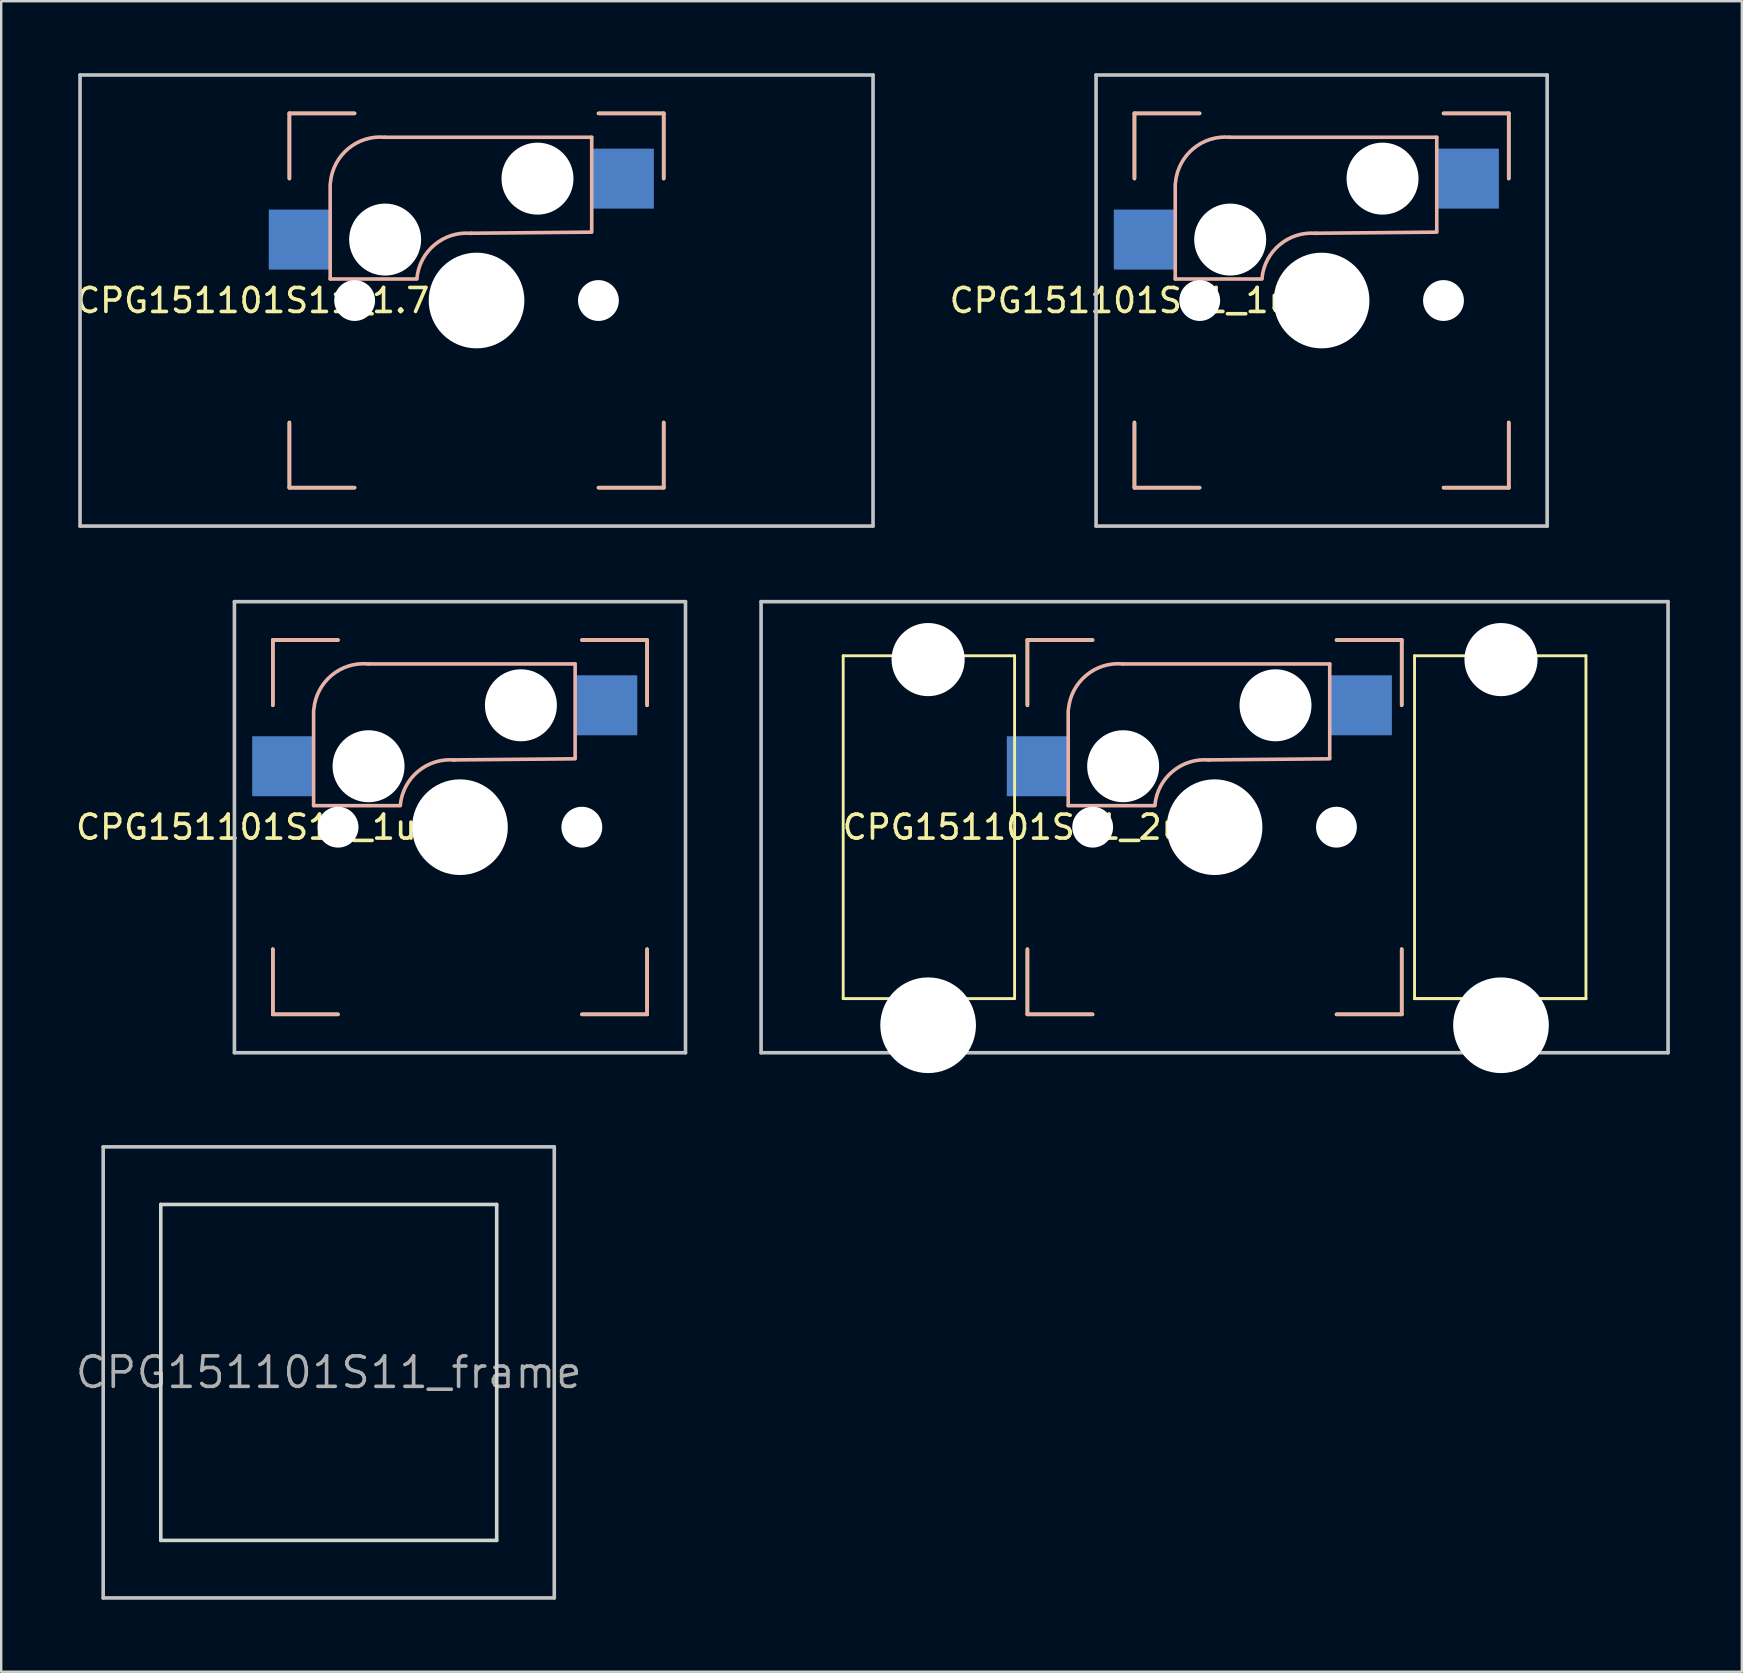
<source format=kicad_pcb>
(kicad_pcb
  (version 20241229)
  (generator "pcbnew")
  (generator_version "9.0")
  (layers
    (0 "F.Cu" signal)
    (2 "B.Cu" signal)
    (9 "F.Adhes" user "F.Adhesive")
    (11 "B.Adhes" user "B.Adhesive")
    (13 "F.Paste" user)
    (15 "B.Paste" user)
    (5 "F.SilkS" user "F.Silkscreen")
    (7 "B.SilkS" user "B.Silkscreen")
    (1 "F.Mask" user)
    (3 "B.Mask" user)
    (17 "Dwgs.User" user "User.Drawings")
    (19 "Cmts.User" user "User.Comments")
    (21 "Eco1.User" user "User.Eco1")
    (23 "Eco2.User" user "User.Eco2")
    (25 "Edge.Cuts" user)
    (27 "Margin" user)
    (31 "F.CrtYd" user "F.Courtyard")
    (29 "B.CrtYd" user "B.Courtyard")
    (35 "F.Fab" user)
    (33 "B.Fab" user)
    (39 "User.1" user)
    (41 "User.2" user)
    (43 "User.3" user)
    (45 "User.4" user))
  (footprint "CPG151101S11_2u"
    (layer "F.Cu")
    (at 47.57 31.425)
    (property "Reference" "CPG151101S11_2u" (at -8.4 0 180) (layer "F.SilkS") (effects (font (size 1 1) (thickness 0.15))))
    (attr through_hole)
    (fp_line (start -15.478 -7.144) (end -15.478 7.144) (stroke (width 0.12) (type solid)) (layer "F.SilkS"))
    (fp_line (start -15.478 7.144) (end -8.334 7.144) (stroke (width 0.12) (type solid)) (layer "F.SilkS"))
    (fp_line (start -8.334 -7.144) (end -15.478 -7.144) (stroke (width 0.12) (type solid)) (layer "F.SilkS"))
    (fp_line (start -8.334 7.144) (end -8.334 -7.144) (stroke (width 0.12) (type solid)) (layer "F.SilkS"))
    (fp_line (start -7.8 -7.8) (end -5.08 -7.8) (stroke (width 0.15) (type solid)) (layer "F.SilkS"))
    (fp_line (start -7.8 -5.08) (end -7.8 -7.8) (stroke (width 0.15) (type solid)) (layer "F.SilkS"))
    (fp_line (start -7.8 5.08) (end -7.8 7.8) (stroke (width 0.15) (type solid)) (layer "F.SilkS"))
    (fp_line (start -7.8 7.8) (end -5.08 7.8) (stroke (width 0.15) (type solid)) (layer "F.SilkS"))
    (fp_line (start 5.08 7.8) (end 7.8 7.8) (stroke (width 0.15) (type solid)) (layer "F.SilkS"))
    (fp_line (start 7.8 -7.8) (end 5.08 -7.8) (stroke (width 0.15) (type solid)) (layer "F.SilkS"))
    (fp_line (start 7.8 -5.08) (end 7.8 -7.8) (stroke (width 0.15) (type solid)) (layer "F.SilkS"))
    (fp_line (start 7.8 7.8) (end 7.8 5.08) (stroke (width 0.15) (type solid)) (layer "F.SilkS"))
    (fp_line (start 8.334 -7.144) (end 15.478 -7.144) (stroke (width 0.12) (type solid)) (layer "F.SilkS"))
    (fp_line (start 8.334 7.144) (end 8.334 -7.144) (stroke (width 0.12) (type solid)) (layer "F.SilkS"))
    (fp_line (start 8.334 7.144) (end 15.478 7.144) (stroke (width 0.12) (type solid)) (layer "F.SilkS"))
    (fp_line (start 15.478 -7.144) (end 15.478 7.144) (stroke (width 0.12) (type solid)) (layer "F.SilkS"))
    (fp_line (start 15.478 7.144) (end 8.334 7.144) (stroke (width 0.12) (type solid)) (layer "F.SilkS"))
    (fp_line (start -7.8 -7.8) (end -5.1 -7.8) (stroke (width 0.15) (type solid)) (layer "B.SilkS"))
    (fp_line (start -7.8 -5.1) (end -7.8 -7.8) (stroke (width 0.15) (type solid)) (layer "B.SilkS"))
    (fp_line (start -7.8 7.8) (end -7.8 5.1) (stroke (width 0.15) (type solid)) (layer "B.SilkS"))
    (fp_line (start -6.1 -4.85) (end -6.1 -0.905) (stroke (width 0.15) (type solid)) (layer "B.SilkS"))
    (fp_line (start -6.1 -0.896) (end -2.49 -0.896) (stroke (width 0.15) (type solid)) (layer "B.SilkS"))
    (fp_line (start -5.1 7.8) (end -7.8 7.8) (stroke (width 0.15) (type solid)) (layer "B.SilkS"))
    (fp_line (start 4.8 -6.804) (end -3.825 -6.804) (stroke (width 0.15) (type solid)) (layer "B.SilkS"))
    (fp_line (start 4.8 -2.896) (end 4.8 -6.804) (stroke (width 0.15) (type solid)) (layer "B.SilkS"))
    (fp_line (start 4.8 -2.85) (end -0.25 -2.804) (stroke (width 0.15) (type solid)) (layer "B.SilkS"))
    (fp_line (start 5.1 -7.8) (end 7.8 -7.8) (stroke (width 0.15) (type solid)) (layer "B.SilkS"))
    (fp_line (start 7.8 -7.8) (end 7.8 -5.1) (stroke (width 0.15) (type solid)) (layer "B.SilkS"))
    (fp_line (start 7.8 5.1) (end 7.8 7.8) (stroke (width 0.15) (type solid)) (layer "B.SilkS"))
    (fp_line (start 7.8 7.8) (end 5.1 7.8) (stroke (width 0.15) (type solid)) (layer "B.SilkS"))
    (fp_arc (start -6.089 -4.92) (mid -5.347189 -6.33089) (end -3.825 -6.804) (stroke (width 0.15) (type solid)) (layer "B.SilkS"))
    (fp_arc (start -2.484999 -0.920001) (mid -1.74436 -2.328062) (end -0.225 -2.8) (stroke (width 0.15) (type solid)) (layer "B.SilkS"))
    (fp_line (start -18.9 -9.4) (end 18.9 -9.4) (stroke (width 0.15) (type solid)) (layer "Dwgs.User"))
    (fp_line (start -18.9 9.4) (end -18.9 -9.4) (stroke (width 0.15) (type solid)) (layer "Dwgs.User"))
    (fp_line (start 18.9 -9.4) (end 18.9 9.4) (stroke (width 0.15) (type solid)) (layer "Dwgs.User"))
    (fp_line (start 18.9 9.4) (end -18.9 9.4) (stroke (width 0.15) (type solid)) (layer "Dwgs.User"))
    (fp_line (start -7 7) (end -7 -7) (stroke (width 0.15) (type solid)) (layer "Eco2.User"))
    (fp_line (start -7 7) (end 7 7) (stroke (width 0.15) (type solid)) (layer "Eco2.User"))
    (fp_line (start 7 -7) (end -7 -7) (stroke (width 0.15) (type solid)) (layer "Eco2.User"))
    (fp_line (start 7 -7) (end 7 7) (stroke (width 0.15) (type solid)) (layer "Eco2.User"))
    (pad "" np_thru_hole circle (at -11.938 -6.985) (size 3.048 3.048) (drill 3.048) (layers "*.Cu" "*.Mask"))
    (pad "" np_thru_hole circle (at -11.938 8.255) (size 3.988 3.988) (drill 3.988) (layers "*.Cu" "*.Mask"))
    (pad "" np_thru_hole circle (at -5.08 0) (size 1.702 1.702) (drill 1.702) (layers "*.Cu" "*.Mask"))
    (pad "" np_thru_hole circle (at -3.81 -2.54) (size 3 3) (drill 3) (layers "*.Cu" "*.Mask"))
    (pad "" np_thru_hole circle (at 0 0) (size 3.988 3.988) (drill 3.988) (layers "*.Cu" "*.Mask"))
    (pad "" np_thru_hole circle (at 2.54 -5.08) (size 3 3) (drill 3) (layers "*.Cu" "*.Mask"))
    (pad "" np_thru_hole circle (at 5.08 0) (size 1.702 1.702) (drill 1.702) (layers "*.Cu" "*.Mask"))
    (pad "" np_thru_hole circle (at 11.938 -6.985) (size 3.048 3.048) (drill 3.048) (layers "*.Cu" "*.Mask"))
    (pad "" np_thru_hole circle (at 11.938 8.255) (size 3.988 3.988) (drill 3.988) (layers "*.Cu" "*.Mask"))
    (pad "1" smd rect (at -7.385 -2.54) (size 2.55 2.5) (layers "B.Cu" "B.Mask" "B.Paste"))
    (pad "2" smd rect (at 6.115 -5.08 180) (size 2.55 2.5) (layers "B.Cu" "B.Mask" "B.Paste")))
  (footprint "CPG151101S11_1u"
    (layer "F.Cu")
    (at 52.031 9.475)
    (property "Reference" "CPG151101S11_1u" (at -8.4 0 180) (layer "F.SilkS") (effects (font (size 1 1) (thickness 0.15))))
    (attr through_hole)
    (fp_line (start -7.8 -7.8) (end -5.08 -7.8) (stroke (width 0.15) (type solid)) (layer "F.SilkS"))
    (fp_line (start -7.8 -5.08) (end -7.8 -7.8) (stroke (width 0.15) (type solid)) (layer "F.SilkS"))
    (fp_line (start -7.8 5.08) (end -7.8 7.8) (stroke (width 0.15) (type solid)) (layer "F.SilkS"))
    (fp_line (start -7.8 7.8) (end -5.08 7.8) (stroke (width 0.15) (type solid)) (layer "F.SilkS"))
    (fp_line (start 5.08 7.8) (end 7.8 7.8) (stroke (width 0.15) (type solid)) (layer "F.SilkS"))
    (fp_line (start 7.8 -7.8) (end 5.08 -7.8) (stroke (width 0.15) (type solid)) (layer "F.SilkS"))
    (fp_line (start 7.8 -5.08) (end 7.8 -7.8) (stroke (width 0.15) (type solid)) (layer "F.SilkS"))
    (fp_line (start 7.8 7.8) (end 7.8 5.08) (stroke (width 0.15) (type solid)) (layer "F.SilkS"))
    (fp_line (start -7.8 -7.8) (end -5.1 -7.8) (stroke (width 0.15) (type solid)) (layer "B.SilkS"))
    (fp_line (start -7.8 -5.1) (end -7.8 -7.8) (stroke (width 0.15) (type solid)) (layer "B.SilkS"))
    (fp_line (start -7.8 7.8) (end -7.8 5.1) (stroke (width 0.15) (type solid)) (layer "B.SilkS"))
    (fp_line (start -6.1 -4.85) (end -6.1 -0.905) (stroke (width 0.15) (type solid)) (layer "B.SilkS"))
    (fp_line (start -6.1 -0.896) (end -2.49 -0.896) (stroke (width 0.15) (type solid)) (layer "B.SilkS"))
    (fp_line (start -5.1 7.8) (end -7.8 7.8) (stroke (width 0.15) (type solid)) (layer "B.SilkS"))
    (fp_line (start 4.8 -6.804) (end -3.825 -6.804) (stroke (width 0.15) (type solid)) (layer "B.SilkS"))
    (fp_line (start 4.8 -2.896) (end 4.8 -6.804) (stroke (width 0.15) (type solid)) (layer "B.SilkS"))
    (fp_line (start 4.8 -2.85) (end -0.25 -2.804) (stroke (width 0.15) (type solid)) (layer "B.SilkS"))
    (fp_line (start 5.1 -7.8) (end 7.8 -7.8) (stroke (width 0.15) (type solid)) (layer "B.SilkS"))
    (fp_line (start 7.8 -7.8) (end 7.8 -5.1) (stroke (width 0.15) (type solid)) (layer "B.SilkS"))
    (fp_line (start 7.8 5.1) (end 7.8 7.8) (stroke (width 0.15) (type solid)) (layer "B.SilkS"))
    (fp_line (start 7.8 7.8) (end 5.1 7.8) (stroke (width 0.15) (type solid)) (layer "B.SilkS"))
    (fp_arc (start -6.089 -4.92) (mid -5.347189 -6.33089) (end -3.825 -6.804) (stroke (width 0.15) (type solid)) (layer "B.SilkS"))
    (fp_arc (start -2.484999 -0.920001) (mid -1.74436 -2.328062) (end -0.225 -2.8) (stroke (width 0.15) (type solid)) (layer "B.SilkS"))
    (fp_line (start -9.4 -9.4) (end 9.4 -9.4) (stroke (width 0.15) (type solid)) (layer "Dwgs.User"))
    (fp_line (start -9.4 9.4) (end -9.4 -9.4) (stroke (width 0.15) (type solid)) (layer "Dwgs.User"))
    (fp_line (start 9.4 -9.4) (end 9.4 9.4) (stroke (width 0.15) (type solid)) (layer "Dwgs.User"))
    (fp_line (start 9.4 9.4) (end -9.4 9.4) (stroke (width 0.15) (type solid)) (layer "Dwgs.User"))
    (fp_line (start -7 7) (end -7 -7) (stroke (width 0.15) (type solid)) (layer "Eco2.User"))
    (fp_line (start -7 7) (end 7 7) (stroke (width 0.15) (type solid)) (layer "Eco2.User"))
    (fp_line (start 7 -7) (end -7 -7) (stroke (width 0.15) (type solid)) (layer "Eco2.User"))
    (fp_line (start 7 -7) (end 7 7) (stroke (width 0.15) (type solid)) (layer "Eco2.User"))
    (pad "" np_thru_hole circle (at -5.08 0) (size 1.702 1.702) (drill 1.702) (layers "*.Cu" "*.Mask"))
    (pad "" np_thru_hole circle (at -3.81 -2.54) (size 3 3) (drill 3) (layers "*.Cu" "*.Mask"))
    (pad "" np_thru_hole circle (at 0 0) (size 3.988 3.988) (drill 3.988) (layers "*.Cu" "*.Mask"))
    (pad "" np_thru_hole circle (at 2.54 -5.08) (size 3 3) (drill 3) (layers "*.Cu" "*.Mask"))
    (pad "" np_thru_hole circle (at 5.08 0) (size 1.702 1.702) (drill 1.702) (layers "*.Cu" "*.Mask"))
    (pad "1" smd rect (at -7.385 -2.54) (size 2.55 2.5) (layers "B.Cu" "B.Mask" "B.Paste"))
    (pad "2" smd rect (at 6.115 -5.08 180) (size 2.55 2.5) (layers "B.Cu" "B.Mask" "B.Paste")))
  (footprint "CPG151101S11_1.75u"
    (layer "F.Cu")
    (at 16.811 9.475)
    (property "Reference" "CPG151101S11_1.75u" (at -8.4 0 180) (layer "F.SilkS") (effects (font (size 1 1) (thickness 0.15))))
    (attr through_hole)
    (fp_line (start -7.8 -7.8) (end -5.08 -7.8) (stroke (width 0.15) (type solid)) (layer "F.SilkS"))
    (fp_line (start -7.8 -5.08) (end -7.8 -7.8) (stroke (width 0.15) (type solid)) (layer "F.SilkS"))
    (fp_line (start -7.8 5.08) (end -7.8 7.8) (stroke (width 0.15) (type solid)) (layer "F.SilkS"))
    (fp_line (start -7.8 7.8) (end -5.08 7.8) (stroke (width 0.15) (type solid)) (layer "F.SilkS"))
    (fp_line (start 5.08 7.8) (end 7.8 7.8) (stroke (width 0.15) (type solid)) (layer "F.SilkS"))
    (fp_line (start 7.8 -7.8) (end 5.08 -7.8) (stroke (width 0.15) (type solid)) (layer "F.SilkS"))
    (fp_line (start 7.8 -5.08) (end 7.8 -7.8) (stroke (width 0.15) (type solid)) (layer "F.SilkS"))
    (fp_line (start 7.8 7.8) (end 7.8 5.08) (stroke (width 0.15) (type solid)) (layer "F.SilkS"))
    (fp_line (start -7.8 -7.8) (end -5.1 -7.8) (stroke (width 0.15) (type solid)) (layer "B.SilkS"))
    (fp_line (start -7.8 -5.1) (end -7.8 -7.8) (stroke (width 0.15) (type solid)) (layer "B.SilkS"))
    (fp_line (start -7.8 7.8) (end -7.8 5.1) (stroke (width 0.15) (type solid)) (layer "B.SilkS"))
    (fp_line (start -6.1 -4.85) (end -6.1 -0.905) (stroke (width 0.15) (type solid)) (layer "B.SilkS"))
    (fp_line (start -6.1 -0.896) (end -2.49 -0.896) (stroke (width 0.15) (type solid)) (layer "B.SilkS"))
    (fp_line (start -5.1 7.8) (end -7.8 7.8) (stroke (width 0.15) (type solid)) (layer "B.SilkS"))
    (fp_line (start 4.8 -6.804) (end -3.825 -6.804) (stroke (width 0.15) (type solid)) (layer "B.SilkS"))
    (fp_line (start 4.8 -2.896) (end 4.8 -6.804) (stroke (width 0.15) (type solid)) (layer "B.SilkS"))
    (fp_line (start 4.8 -2.85) (end -0.25 -2.804) (stroke (width 0.15) (type solid)) (layer "B.SilkS"))
    (fp_line (start 5.1 -7.8) (end 7.8 -7.8) (stroke (width 0.15) (type solid)) (layer "B.SilkS"))
    (fp_line (start 7.8 -7.8) (end 7.8 -5.1) (stroke (width 0.15) (type solid)) (layer "B.SilkS"))
    (fp_line (start 7.8 5.1) (end 7.8 7.8) (stroke (width 0.15) (type solid)) (layer "B.SilkS"))
    (fp_line (start 7.8 7.8) (end 5.1 7.8) (stroke (width 0.15) (type solid)) (layer "B.SilkS"))
    (fp_arc (start -6.089 -4.92) (mid -5.347189 -6.33089) (end -3.825 -6.804) (stroke (width 0.15) (type solid)) (layer "B.SilkS"))
    (fp_arc (start -2.484999 -0.920001) (mid -1.74436 -2.328062) (end -0.225 -2.8) (stroke (width 0.15) (type solid)) (layer "B.SilkS"))
    (fp_line (start -16.525 -9.4) (end 16.525 -9.4) (stroke (width 0.15) (type solid)) (layer "Dwgs.User"))
    (fp_line (start -16.525 9.4) (end -16.525 -9.4) (stroke (width 0.15) (type solid)) (layer "Dwgs.User"))
    (fp_line (start 16.525 -9.4) (end 16.525 9.4) (stroke (width 0.15) (type solid)) (layer "Dwgs.User"))
    (fp_line (start 16.525 9.4) (end -16.525 9.4) (stroke (width 0.15) (type solid)) (layer "Dwgs.User"))
    (fp_line (start -7 7) (end -7 -7) (stroke (width 0.15) (type solid)) (layer "Eco2.User"))
    (fp_line (start -7 7) (end 7 7) (stroke (width 0.15) (type solid)) (layer "Eco2.User"))
    (fp_line (start 7 -7) (end -7 -7) (stroke (width 0.15) (type solid)) (layer "Eco2.User"))
    (fp_line (start 7 -7) (end 7 7) (stroke (width 0.15) (type solid)) (layer "Eco2.User"))
    (pad "" np_thru_hole circle (at -5.08 0) (size 1.702 1.702) (drill 1.702) (layers "*.Cu" "*.Mask"))
    (pad "" np_thru_hole circle (at -3.81 -2.54) (size 3 3) (drill 3) (layers "*.Cu" "*.Mask"))
    (pad "" np_thru_hole circle (at 0 0) (size 3.988 3.988) (drill 3.988) (layers "*.Cu" "*.Mask"))
    (pad "" np_thru_hole circle (at 2.54 -5.08) (size 3 3) (drill 3) (layers "*.Cu" "*.Mask"))
    (pad "" np_thru_hole circle (at 5.08 0) (size 1.702 1.702) (drill 1.702) (layers "*.Cu" "*.Mask"))
    (pad "1" smd rect (at -7.385 -2.54) (size 2.55 2.5) (layers "B.Cu" "B.Mask" "B.Paste"))
    (pad "2" smd rect (at 6.115 -5.08 180) (size 2.55 2.5) (layers "B.Cu" "B.Mask" "B.Paste")))
  (footprint "CPG151101S11_1uR"
    (layer "F.Cu")
    (at 16.12 31.425)
    (property "Reference" "CPG151101S11_1uR" (at -8.4 0 180) (layer "F.SilkS") (effects (font (size 1 1) (thickness 0.15))))
    (attr through_hole)
    (fp_line (start -7.8 -7.8) (end -5.08 -7.8) (stroke (width 0.15) (type solid)) (layer "F.SilkS"))
    (fp_line (start -7.8 -5.08) (end -7.8 -7.8) (stroke (width 0.15) (type solid)) (layer "F.SilkS"))
    (fp_line (start -7.8 5.08) (end -7.8 7.8) (stroke (width 0.15) (type solid)) (layer "F.SilkS"))
    (fp_line (start -7.8 7.8) (end -5.08 7.8) (stroke (width 0.15) (type solid)) (layer "F.SilkS"))
    (fp_line (start 5.08 7.8) (end 7.8 7.8) (stroke (width 0.15) (type solid)) (layer "F.SilkS"))
    (fp_line (start 7.8 -7.8) (end 5.08 -7.8) (stroke (width 0.15) (type solid)) (layer "F.SilkS"))
    (fp_line (start 7.8 -5.08) (end 7.8 -7.8) (stroke (width 0.15) (type solid)) (layer "F.SilkS"))
    (fp_line (start 7.8 7.8) (end 7.8 5.08) (stroke (width 0.15) (type solid)) (layer "F.SilkS"))
    (fp_line (start -7.8 -7.8) (end -5.1 -7.8) (stroke (width 0.15) (type solid)) (layer "B.SilkS"))
    (fp_line (start -7.8 -5.1) (end -7.8 -7.8) (stroke (width 0.15) (type solid)) (layer "B.SilkS"))
    (fp_line (start -7.8 7.8) (end -7.8 5.1) (stroke (width 0.15) (type solid)) (layer "B.SilkS"))
    (fp_line (start -6.1 -4.85) (end -6.1 -0.905) (stroke (width 0.15) (type solid)) (layer "B.SilkS"))
    (fp_line (start -6.1 -0.896) (end -2.49 -0.896) (stroke (width 0.15) (type solid)) (layer "B.SilkS"))
    (fp_line (start -5.1 7.8) (end -7.8 7.8) (stroke (width 0.15) (type solid)) (layer "B.SilkS"))
    (fp_line (start 4.8 -6.804) (end -3.825 -6.804) (stroke (width 0.15) (type solid)) (layer "B.SilkS"))
    (fp_line (start 4.8 -2.896) (end 4.8 -6.804) (stroke (width 0.15) (type solid)) (layer "B.SilkS"))
    (fp_line (start 4.8 -2.85) (end -0.25 -2.804) (stroke (width 0.15) (type solid)) (layer "B.SilkS"))
    (fp_line (start 5.1 -7.8) (end 7.8 -7.8) (stroke (width 0.15) (type solid)) (layer "B.SilkS"))
    (fp_line (start 7.8 -7.8) (end 7.8 -5.1) (stroke (width 0.15) (type solid)) (layer "B.SilkS"))
    (fp_line (start 7.8 5.1) (end 7.8 7.8) (stroke (width 0.15) (type solid)) (layer "B.SilkS"))
    (fp_line (start 7.8 7.8) (end 5.1 7.8) (stroke (width 0.15) (type solid)) (layer "B.SilkS"))
    (fp_arc (start -6.089 -4.92) (mid -5.347189 -6.33089) (end -3.825 -6.804) (stroke (width 0.15) (type solid)) (layer "B.SilkS"))
    (fp_arc (start -2.484999 -0.920001) (mid -1.74436 -2.328062) (end -0.225 -2.8) (stroke (width 0.15) (type solid)) (layer "B.SilkS"))
    (fp_line (start -9.4 -9.4) (end 9.4 -9.4) (stroke (width 0.15) (type solid)) (layer "Dwgs.User"))
    (fp_line (start -9.4 9.4) (end -9.4 -9.4) (stroke (width 0.15) (type solid)) (layer "Dwgs.User"))
    (fp_line (start 9.4 -9.4) (end 9.4 9.4) (stroke (width 0.15) (type solid)) (layer "Dwgs.User"))
    (fp_line (start 9.4 9.4) (end -9.4 9.4) (stroke (width 0.15) (type solid)) (layer "Dwgs.User"))
    (fp_line (start -7 7) (end -7 -7) (stroke (width 0.15) (type solid)) (layer "Eco2.User"))
    (fp_line (start -7 7) (end 7 7) (stroke (width 0.15) (type solid)) (layer "Eco2.User"))
    (fp_line (start 7 -7) (end -7 -7) (stroke (width 0.15) (type solid)) (layer "Eco2.User"))
    (fp_line (start 7 -7) (end 7 7) (stroke (width 0.15) (type solid)) (layer "Eco2.User"))
    (pad "" np_thru_hole circle (at -5.08 0) (size 1.702 1.702) (drill 1.702) (layers "*.Cu" "*.Mask"))
    (pad "" np_thru_hole circle (at -3.81 -2.54) (size 3 3) (drill 3) (layers "*.Cu" "*.Mask"))
    (pad "" np_thru_hole circle (at 0 0) (size 3.988 3.988) (drill 3.988) (layers "*.Cu" "*.Mask"))
    (pad "" np_thru_hole circle (at 2.54 -5.08) (size 3 3) (drill 3) (layers "*.Cu" "*.Mask"))
    (pad "" np_thru_hole circle (at 5.08 0) (size 1.702 1.702) (drill 1.702) (layers "*.Cu" "*.Mask"))
    (pad "1" smd rect (at 6.115 -5.08 180) (size 2.55 2.5) (layers "B.Cu" "B.Mask" "B.Paste"))
    (pad "2" smd rect (at -7.385 -2.54) (size 2.55 2.5) (layers "B.Cu" "B.Mask" "B.Paste")))
  (footprint "CPG151101S11_frame"
    (layer "F.Cu")
    (at 10.651 54.149)
    (property "Reference" "CPG151101S11_frame" (at 0 0 0) (layer "F.Fab") (effects (font (size 1.27 1.27) (thickness 0.15))))
    (attr through_hole)
    (fp_line (start -9.4 -9.4) (end 9.4 -9.4) (stroke (width 0.15) (type solid)) (layer "Dwgs.User"))
    (fp_line (start -9.4 9.4) (end -9.4 -9.4) (stroke (width 0.15) (type solid)) (layer "Dwgs.User"))
    (fp_line (start 9.4 -9.4) (end 9.4 9.4) (stroke (width 0.15) (type solid)) (layer "Dwgs.User"))
    (fp_line (start 9.4 9.4) (end -9.4 9.4) (stroke (width 0.15) (type solid)) (layer "Dwgs.User"))
    (fp_line (start -7 -7) (end -7 7) (stroke (width 0.15) (type solid)) (layer "Edge.Cuts"))
    (fp_line (start -7 -7) (end 7 -7) (stroke (width 0.15) (type solid)) (layer "Edge.Cuts"))
    (fp_line (start -7 7) (end 7 7) (stroke (width 0.15) (type solid)) (layer "Edge.Cuts"))
    (fp_line (start 7 -7) (end 7 7) (stroke (width 0.15) (type solid)) (layer "Edge.Cuts")))
  (gr_rect
    (start -3 -3)
    (end 69.545 66.624)
    (stroke (width 0.1) (type default))
    (fill no)
    (layer "Edge.Cuts")))
</source>
